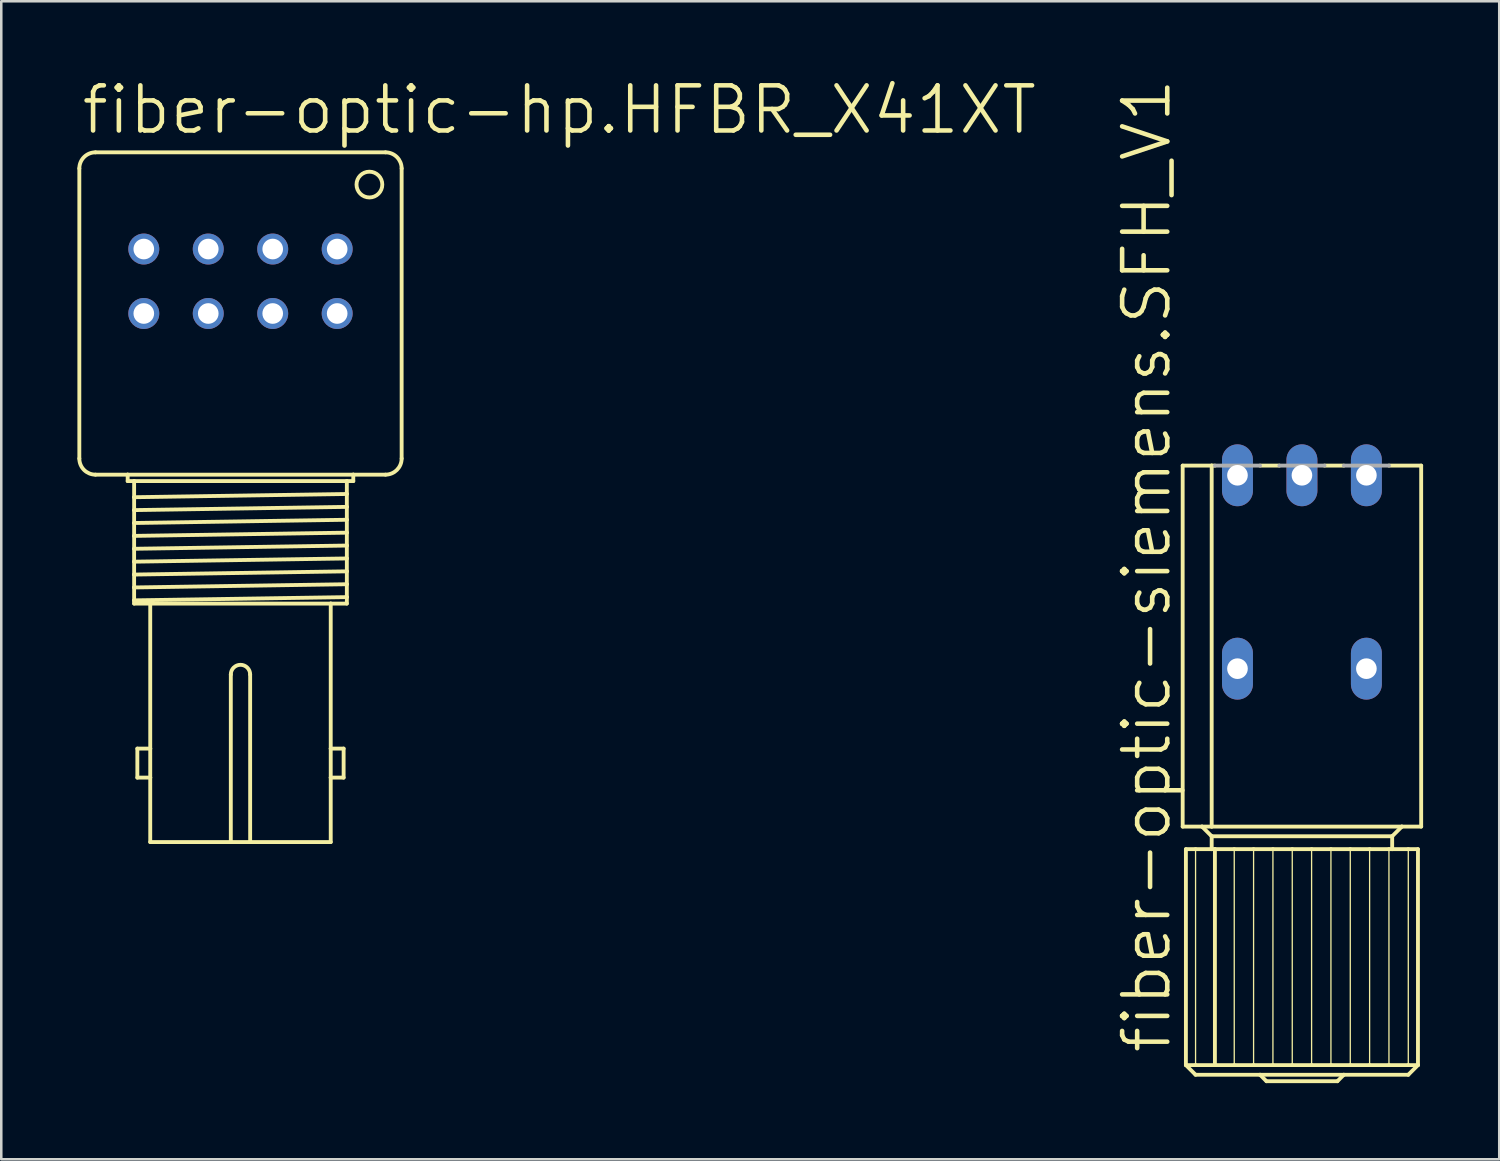
<source format=kicad_pcb>
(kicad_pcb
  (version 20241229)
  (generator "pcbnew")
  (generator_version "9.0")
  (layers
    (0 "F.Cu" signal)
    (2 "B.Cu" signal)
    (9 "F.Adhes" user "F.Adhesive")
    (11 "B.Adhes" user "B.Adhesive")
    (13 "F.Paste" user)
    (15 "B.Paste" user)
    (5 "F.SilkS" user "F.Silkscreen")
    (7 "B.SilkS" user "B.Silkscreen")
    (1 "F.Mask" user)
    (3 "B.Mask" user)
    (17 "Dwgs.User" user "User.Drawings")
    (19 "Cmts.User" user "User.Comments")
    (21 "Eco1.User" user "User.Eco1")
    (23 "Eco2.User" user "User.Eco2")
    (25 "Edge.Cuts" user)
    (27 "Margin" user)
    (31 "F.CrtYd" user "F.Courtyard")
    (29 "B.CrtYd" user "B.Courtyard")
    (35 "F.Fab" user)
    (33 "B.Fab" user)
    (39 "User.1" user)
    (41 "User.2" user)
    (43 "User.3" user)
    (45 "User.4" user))
  (footprint "fiber-optic-hp.HFBR_X41XT"
    (layer "F.Cu")
    (at 6.426 9.303)
    (property "Reference" "fiber-optic-hp.HFBR_X41XT" (at -6.35 -6.985 0) (layer "F.SilkS") (effects (font (size 1.778 1.778) (thickness 0.18)) (justify left bottom)))
    (attr through_hole)
    (fp_line (start -6.35 -5.715) (end -6.35 5.715) (stroke (width 0.152) (type default)) (layer "F.SilkS"))
    (fp_line (start -5.715 -6.35) (end 5.715 -6.35) (stroke (width 0.152) (type default)) (layer "F.SilkS"))
    (fp_line (start -4.445 6.35) (end -5.715 6.35) (stroke (width 0.152) (type default)) (layer "F.SilkS"))
    (fp_line (start -4.445 6.604) (end -4.445 6.35) (stroke (width 0.152) (type default)) (layer "F.SilkS"))
    (fp_line (start -4.191 6.604) (end -4.445 6.604) (stroke (width 0.152) (type default)) (layer "F.SilkS"))
    (fp_line (start -4.191 6.604) (end -4.191 7.239) (stroke (width 0.152) (type default)) (layer "F.SilkS"))
    (fp_line (start -4.191 7.239) (end -4.191 7.747) (stroke (width 0.152) (type default)) (layer "F.SilkS"))
    (fp_line (start -4.191 7.747) (end -4.191 8.255) (stroke (width 0.152) (type default)) (layer "F.SilkS"))
    (fp_line (start -4.191 8.255) (end -4.191 8.763) (stroke (width 0.152) (type default)) (layer "F.SilkS"))
    (fp_line (start -4.191 8.763) (end -4.191 9.271) (stroke (width 0.152) (type default)) (layer "F.SilkS"))
    (fp_line (start -4.191 9.271) (end -4.191 9.779) (stroke (width 0.152) (type default)) (layer "F.SilkS"))
    (fp_line (start -4.191 9.779) (end -4.191 10.287) (stroke (width 0.152) (type default)) (layer "F.SilkS"))
    (fp_line (start -4.191 10.287) (end -4.191 10.795) (stroke (width 0.152) (type default)) (layer "F.SilkS"))
    (fp_line (start -4.191 10.795) (end -4.191 11.303) (stroke (width 0.152) (type default)) (layer "F.SilkS"))
    (fp_line (start -4.191 11.303) (end -4.191 11.43) (stroke (width 0.152) (type default)) (layer "F.SilkS"))
    (fp_line (start -4.191 11.43) (end -3.556 11.43) (stroke (width 0.152) (type default)) (layer "F.SilkS"))
    (fp_line (start -4.064 17.145) (end -4.064 18.288) (stroke (width 0.152) (type default)) (layer "F.SilkS"))
    (fp_line (start -4.064 18.288) (end -3.556 18.288) (stroke (width 0.152) (type default)) (layer "F.SilkS"))
    (fp_line (start -3.556 11.43) (end 3.556 11.43) (stroke (width 0.152) (type default)) (layer "F.SilkS"))
    (fp_line (start -3.556 17.145) (end -4.064 17.145) (stroke (width 0.152) (type default)) (layer "F.SilkS"))
    (fp_line (start -3.556 17.145) (end -3.556 11.43) (stroke (width 0.152) (type default)) (layer "F.SilkS"))
    (fp_line (start -3.556 18.288) (end -3.556 17.145) (stroke (width 0.152) (type default)) (layer "F.SilkS"))
    (fp_line (start -3.556 20.828) (end -3.556 18.288) (stroke (width 0.152) (type default)) (layer "F.SilkS"))
    (fp_line (start -0.381 20.828) (end -3.556 20.828) (stroke (width 0.152) (type default)) (layer "F.SilkS"))
    (fp_line (start -0.381 20.828) (end -0.381 14.224) (stroke (width 0.152) (type default)) (layer "F.SilkS"))
    (fp_line (start 0.381 20.828) (end -0.381 20.828) (stroke (width 0.152) (type default)) (layer "F.SilkS"))
    (fp_line (start 0.381 20.828) (end 0.381 14.224) (stroke (width 0.152) (type default)) (layer "F.SilkS"))
    (fp_line (start 3.556 11.43) (end 4.191 11.43) (stroke (width 0.152) (type default)) (layer "F.SilkS"))
    (fp_line (start 3.556 17.145) (end 3.556 11.43) (stroke (width 0.152) (type default)) (layer "F.SilkS"))
    (fp_line (start 3.556 17.145) (end 4.064 17.145) (stroke (width 0.152) (type default)) (layer "F.SilkS"))
    (fp_line (start 3.556 18.288) (end 3.556 17.145) (stroke (width 0.152) (type default)) (layer "F.SilkS"))
    (fp_line (start 3.556 20.828) (end 0.381 20.828) (stroke (width 0.152) (type default)) (layer "F.SilkS"))
    (fp_line (start 3.556 20.828) (end 3.556 18.288) (stroke (width 0.152) (type default)) (layer "F.SilkS"))
    (fp_line (start 4.064 17.145) (end 4.064 18.288) (stroke (width 0.152) (type default)) (layer "F.SilkS"))
    (fp_line (start 4.064 18.288) (end 3.556 18.288) (stroke (width 0.152) (type default)) (layer "F.SilkS"))
    (fp_line (start 4.191 6.604) (end -4.191 6.604) (stroke (width 0.152) (type default)) (layer "F.SilkS"))
    (fp_line (start 4.191 6.604) (end 4.191 7.112) (stroke (width 0.152) (type default)) (layer "F.SilkS"))
    (fp_line (start 4.191 7.112) (end -4.191 7.239) (stroke (width 0.152) (type default)) (layer "F.SilkS"))
    (fp_line (start 4.191 7.112) (end 4.191 7.62) (stroke (width 0.152) (type default)) (layer "F.SilkS"))
    (fp_line (start 4.191 7.62) (end -4.191 7.747) (stroke (width 0.152) (type default)) (layer "F.SilkS"))
    (fp_line (start 4.191 7.62) (end 4.191 8.128) (stroke (width 0.152) (type default)) (layer "F.SilkS"))
    (fp_line (start 4.191 8.128) (end -4.191 8.255) (stroke (width 0.152) (type default)) (layer "F.SilkS"))
    (fp_line (start 4.191 8.128) (end 4.191 8.636) (stroke (width 0.152) (type default)) (layer "F.SilkS"))
    (fp_line (start 4.191 8.636) (end -4.191 8.763) (stroke (width 0.152) (type default)) (layer "F.SilkS"))
    (fp_line (start 4.191 8.636) (end 4.191 9.144) (stroke (width 0.152) (type default)) (layer "F.SilkS"))
    (fp_line (start 4.191 9.144) (end -4.191 9.271) (stroke (width 0.152) (type default)) (layer "F.SilkS"))
    (fp_line (start 4.191 9.144) (end 4.191 9.652) (stroke (width 0.152) (type default)) (layer "F.SilkS"))
    (fp_line (start 4.191 9.652) (end -4.191 9.779) (stroke (width 0.152) (type default)) (layer "F.SilkS"))
    (fp_line (start 4.191 9.652) (end 4.191 10.16) (stroke (width 0.152) (type default)) (layer "F.SilkS"))
    (fp_line (start 4.191 10.16) (end -4.191 10.287) (stroke (width 0.152) (type default)) (layer "F.SilkS"))
    (fp_line (start 4.191 10.16) (end 4.191 10.668) (stroke (width 0.152) (type default)) (layer "F.SilkS"))
    (fp_line (start 4.191 10.668) (end -4.191 10.795) (stroke (width 0.152) (type default)) (layer "F.SilkS"))
    (fp_line (start 4.191 10.668) (end 4.191 11.176) (stroke (width 0.152) (type default)) (layer "F.SilkS"))
    (fp_line (start 4.191 11.176) (end -4.191 11.303) (stroke (width 0.152) (type default)) (layer "F.SilkS"))
    (fp_line (start 4.191 11.43) (end 4.191 11.176) (stroke (width 0.152) (type default)) (layer "F.SilkS"))
    (fp_line (start 4.445 6.35) (end -4.445 6.35) (stroke (width 0.152) (type default)) (layer "F.SilkS"))
    (fp_line (start 4.445 6.35) (end 4.445 6.604) (stroke (width 0.152) (type default)) (layer "F.SilkS"))
    (fp_line (start 4.445 6.604) (end 4.191 6.604) (stroke (width 0.152) (type default)) (layer "F.SilkS"))
    (fp_line (start 5.715 6.35) (end 4.445 6.35) (stroke (width 0.152) (type default)) (layer "F.SilkS"))
    (fp_line (start 6.35 -5.715) (end 6.35 5.715) (stroke (width 0.152) (type default)) (layer "F.SilkS"))
    (fp_arc (start -6.35 -5.715) (mid -6.164013 -6.164013) (end -5.715 -6.35) (stroke (width 0.1524) (type default)) (layer "F.SilkS"))
    (fp_arc (start -5.715 6.35) (mid -6.164013 6.164013) (end -6.35 5.715) (stroke (width 0.1524) (type default)) (layer "F.SilkS"))
    (fp_arc (start -0.381 14.224) (mid 0 13.843) (end 0.381 14.224) (stroke (width 0.1524) (type default)) (layer "F.SilkS"))
    (fp_arc (start 5.715 -6.35) (mid 6.164013 -6.164013) (end 6.35 -5.715) (stroke (width 0.1524) (type default)) (layer "F.SilkS"))
    (fp_arc (start 6.35 5.715) (mid 6.164013 6.164013) (end 5.715 6.35) (stroke (width 0.1524) (type default)) (layer "F.SilkS"))
    (fp_circle (center 5.08 -5.08) (end 5.588 -5.08) (stroke (width 0.152) (type default)) (fill no) (layer "F.SilkS"))
    (pad "1" thru_hole circle (at 3.81 -2.54) (size 1.219 1.219) (drill 0.813) (layers "*.Cu" "*.Mask"))
    (pad "2" thru_hole circle (at 1.27 -2.54) (size 1.219 1.219) (drill 0.813) (layers "*.Cu" "*.Mask"))
    (pad "3" thru_hole circle (at -1.27 -2.54) (size 1.219 1.219) (drill 0.813) (layers "*.Cu" "*.Mask"))
    (pad "4" thru_hole circle (at -3.81 -2.54) (size 1.219 1.219) (drill 0.813) (layers "*.Cu" "*.Mask"))
    (pad "5" thru_hole circle (at -3.81 0) (size 1.219 1.219) (drill 0.813) (layers "*.Cu" "*.Mask"))
    (pad "6" thru_hole circle (at -1.27 0) (size 1.219 1.219) (drill 0.813) (layers "*.Cu" "*.Mask"))
    (pad "7" thru_hole circle (at 1.27 0) (size 1.219 1.219) (drill 0.813) (layers "*.Cu" "*.Mask"))
    (pad "8" thru_hole circle (at 3.81 0) (size 1.219 1.219) (drill 0.813) (layers "*.Cu" "*.Mask")))
  (footprint "fiber-optic-siemens.SFH_V1"
    (layer "F.Cu")
    (at 48.251 23.298)
    (property "Reference" "fiber-optic-siemens.SFH_V1" (at -5.08 15.24 90) (layer "F.SilkS") (effects (font (size 1.778 1.778) (thickness 0.18)) (justify left bottom)))
    (attr through_hole)
    (fp_line (start -4.699 6.223) (end -4.699 -8.001) (stroke (width 0.152) (type default)) (layer "F.SilkS"))
    (fp_line (start -4.699 6.223) (end -3.937 6.223) (stroke (width 0.152) (type default)) (layer "F.SilkS"))
    (fp_line (start -4.572 7.112) (end -4.572 15.621) (stroke (width 0.152) (type default)) (layer "F.SilkS"))
    (fp_line (start -4.572 15.621) (end -4.191 15.621) (stroke (width 0.152) (type default)) (layer "F.SilkS"))
    (fp_line (start -4.191 7.112) (end -4.572 7.112) (stroke (width 0.152) (type default)) (layer "F.SilkS"))
    (fp_line (start -4.191 7.112) (end -4.191 15.621) (stroke (width 0.051) (type default)) (layer "F.SilkS"))
    (fp_line (start -4.191 15.621) (end -3.429 15.621) (stroke (width 0.152) (type default)) (layer "F.SilkS"))
    (fp_line (start -4.191 16.002) (end -4.572 15.621) (stroke (width 0.152) (type default)) (layer "F.SilkS"))
    (fp_line (start -4.191 16.002) (end -1.651 16.002) (stroke (width 0.152) (type default)) (layer "F.SilkS"))
    (fp_line (start -3.937 6.223) (end -3.556 6.223) (stroke (width 0.152) (type default)) (layer "F.SilkS"))
    (fp_line (start -3.937 6.223) (end -3.556 6.604) (stroke (width 0.152) (type default)) (layer "F.SilkS"))
    (fp_line (start -3.556 -8.001) (end -4.699 -8.001) (stroke (width 0.152) (type default)) (layer "F.SilkS"))
    (fp_line (start -3.556 -8.001) (end -3.556 6.223) (stroke (width 0.152) (type default)) (layer "F.SilkS"))
    (fp_line (start -3.556 -8.001) (end -3.429 -8.001) (stroke (width 0.152) (type default)) (layer "F.SilkS"))
    (fp_line (start -3.556 6.223) (end 3.937 6.223) (stroke (width 0.152) (type default)) (layer "F.SilkS"))
    (fp_line (start -3.556 6.604) (end -3.556 7.112) (stroke (width 0.152) (type default)) (layer "F.SilkS"))
    (fp_line (start -3.556 6.604) (end 3.556 6.604) (stroke (width 0.152) (type default)) (layer "F.SilkS"))
    (fp_line (start -3.556 7.112) (end -4.191 7.112) (stroke (width 0.152) (type default)) (layer "F.SilkS"))
    (fp_line (start -3.556 7.112) (end -3.429 7.112) (stroke (width 0.152) (type default)) (layer "F.SilkS"))
    (fp_line (start -3.429 7.112) (end -3.429 15.621) (stroke (width 0.152) (type default)) (layer "F.SilkS"))
    (fp_line (start -3.429 7.112) (end -2.667 7.112) (stroke (width 0.152) (type default)) (layer "F.SilkS"))
    (fp_line (start -3.429 15.621) (end -2.667 15.621) (stroke (width 0.152) (type default)) (layer "F.SilkS"))
    (fp_line (start -2.667 7.112) (end -2.667 15.621) (stroke (width 0.051) (type default)) (layer "F.SilkS"))
    (fp_line (start -2.667 7.112) (end -1.905 7.112) (stroke (width 0.152) (type default)) (layer "F.SilkS"))
    (fp_line (start -2.667 15.621) (end -1.905 15.621) (stroke (width 0.152) (type default)) (layer "F.SilkS"))
    (fp_line (start -1.905 7.112) (end -1.905 15.621) (stroke (width 0.051) (type default)) (layer "F.SilkS"))
    (fp_line (start -1.905 7.112) (end -1.143 7.112) (stroke (width 0.152) (type default)) (layer "F.SilkS"))
    (fp_line (start -1.905 15.621) (end -1.143 15.621) (stroke (width 0.152) (type default)) (layer "F.SilkS"))
    (fp_line (start -1.651 -8.001) (end -0.889 -8.001) (stroke (width 0.152) (type default)) (layer "F.SilkS"))
    (fp_line (start -1.651 16.002) (end 1.651 16.002) (stroke (width 0.152) (type default)) (layer "F.SilkS"))
    (fp_line (start -1.397 16.256) (end -1.651 16.002) (stroke (width 0.152) (type default)) (layer "F.SilkS"))
    (fp_line (start -1.143 7.112) (end -1.143 15.621) (stroke (width 0.051) (type default)) (layer "F.SilkS"))
    (fp_line (start -1.143 7.112) (end -0.381 7.112) (stroke (width 0.152) (type default)) (layer "F.SilkS"))
    (fp_line (start -1.143 15.621) (end -0.381 15.621) (stroke (width 0.152) (type default)) (layer "F.SilkS"))
    (fp_line (start -0.381 7.112) (end -0.381 15.621) (stroke (width 0.051) (type default)) (layer "F.SilkS"))
    (fp_line (start -0.381 7.112) (end 0.381 7.112) (stroke (width 0.152) (type default)) (layer "F.SilkS"))
    (fp_line (start -0.381 15.621) (end 0.381 15.621) (stroke (width 0.152) (type default)) (layer "F.SilkS"))
    (fp_line (start 0.381 7.112) (end 0.381 15.621) (stroke (width 0.051) (type default)) (layer "F.SilkS"))
    (fp_line (start 0.381 7.112) (end 1.143 7.112) (stroke (width 0.152) (type default)) (layer "F.SilkS"))
    (fp_line (start 0.381 15.621) (end 1.143 15.621) (stroke (width 0.152) (type default)) (layer "F.SilkS"))
    (fp_line (start 0.889 -8.001) (end 1.651 -8.001) (stroke (width 0.152) (type default)) (layer "F.SilkS"))
    (fp_line (start 1.143 7.112) (end 1.143 15.621) (stroke (width 0.051) (type default)) (layer "F.SilkS"))
    (fp_line (start 1.143 7.112) (end 1.905 7.112) (stroke (width 0.152) (type default)) (layer "F.SilkS"))
    (fp_line (start 1.143 15.621) (end 1.905 15.621) (stroke (width 0.152) (type default)) (layer "F.SilkS"))
    (fp_line (start 1.397 16.256) (end -1.397 16.256) (stroke (width 0.152) (type default)) (layer "F.SilkS"))
    (fp_line (start 1.651 16.002) (end 1.397 16.256) (stroke (width 0.152) (type default)) (layer "F.SilkS"))
    (fp_line (start 1.651 16.002) (end 4.191 16.002) (stroke (width 0.152) (type default)) (layer "F.SilkS"))
    (fp_line (start 1.905 7.112) (end 1.905 15.621) (stroke (width 0.051) (type default)) (layer "F.SilkS"))
    (fp_line (start 1.905 7.112) (end 2.667 7.112) (stroke (width 0.152) (type default)) (layer "F.SilkS"))
    (fp_line (start 1.905 15.621) (end 2.667 15.621) (stroke (width 0.152) (type default)) (layer "F.SilkS"))
    (fp_line (start 2.667 7.112) (end 2.667 15.621) (stroke (width 0.051) (type default)) (layer "F.SilkS"))
    (fp_line (start 2.667 7.112) (end 3.429 7.112) (stroke (width 0.152) (type default)) (layer "F.SilkS"))
    (fp_line (start 2.667 15.621) (end 3.429 15.621) (stroke (width 0.152) (type default)) (layer "F.SilkS"))
    (fp_line (start 3.429 -8.001) (end 4.699 -8.001) (stroke (width 0.152) (type default)) (layer "F.SilkS"))
    (fp_line (start 3.429 7.112) (end 3.429 15.621) (stroke (width 0.051) (type default)) (layer "F.SilkS"))
    (fp_line (start 3.429 7.112) (end 3.556 7.112) (stroke (width 0.152) (type default)) (layer "F.SilkS"))
    (fp_line (start 3.429 15.621) (end 4.191 15.621) (stroke (width 0.152) (type default)) (layer "F.SilkS"))
    (fp_line (start 3.556 6.604) (end 3.937 6.223) (stroke (width 0.152) (type default)) (layer "F.SilkS"))
    (fp_line (start 3.556 7.112) (end 3.556 6.604) (stroke (width 0.152) (type default)) (layer "F.SilkS"))
    (fp_line (start 3.556 7.112) (end 4.191 7.112) (stroke (width 0.152) (type default)) (layer "F.SilkS"))
    (fp_line (start 3.937 6.223) (end 4.699 6.223) (stroke (width 0.152) (type default)) (layer "F.SilkS"))
    (fp_line (start 4.191 7.112) (end 4.191 15.621) (stroke (width 0.051) (type default)) (layer "F.SilkS"))
    (fp_line (start 4.191 7.112) (end 4.572 7.112) (stroke (width 0.152) (type default)) (layer "F.SilkS"))
    (fp_line (start 4.191 15.621) (end 4.572 15.621) (stroke (width 0.152) (type default)) (layer "F.SilkS"))
    (fp_line (start 4.572 7.112) (end 4.572 15.621) (stroke (width 0.152) (type default)) (layer "F.SilkS"))
    (fp_line (start 4.572 15.621) (end 4.191 16.002) (stroke (width 0.152) (type default)) (layer "F.SilkS"))
    (fp_line (start 4.699 -8.001) (end 4.699 6.223) (stroke (width 0.152) (type default)) (layer "F.SilkS"))
    (fp_line (start -3.429 -8.001) (end -1.651 -8.001) (stroke (width 0.152) (type default)) (layer "F.Fab"))
    (fp_line (start -0.889 -8.001) (end 0.889 -8.001) (stroke (width 0.152) (type default)) (layer "F.Fab"))
    (fp_line (start 1.651 -8.001) (end 3.429 -8.001) (stroke (width 0.152) (type default)) (layer "F.Fab"))
    (pad "1" thru_hole oval (at -2.54 0 90) (size 2.438 1.219) (drill 0.813) (layers "*.Cu" "*.Mask"))
    (pad "2" thru_hole oval (at 2.54 0 90) (size 2.438 1.219) (drill 0.813) (layers "*.Cu" "*.Mask"))
    (pad "B" thru_hole oval (at 2.54 -7.62 90) (size 2.438 1.219) (drill 0.813) (layers "*.Cu" "*.Mask"))
    (pad "C" thru_hole oval (at 0 -7.62 90) (size 2.438 1.219) (drill 0.813) (layers "*.Cu" "*.Mask"))
    (pad "E" thru_hole oval (at -2.54 -7.62 90) (size 2.438 1.219) (drill 0.813) (layers "*.Cu" "*.Mask")))
  (gr_rect
    (start -3 -3)
    (end 56.026 42.631)
    (stroke (width 0.1) (type default))
    (fill no)
    (layer "Edge.Cuts")))
</source>
